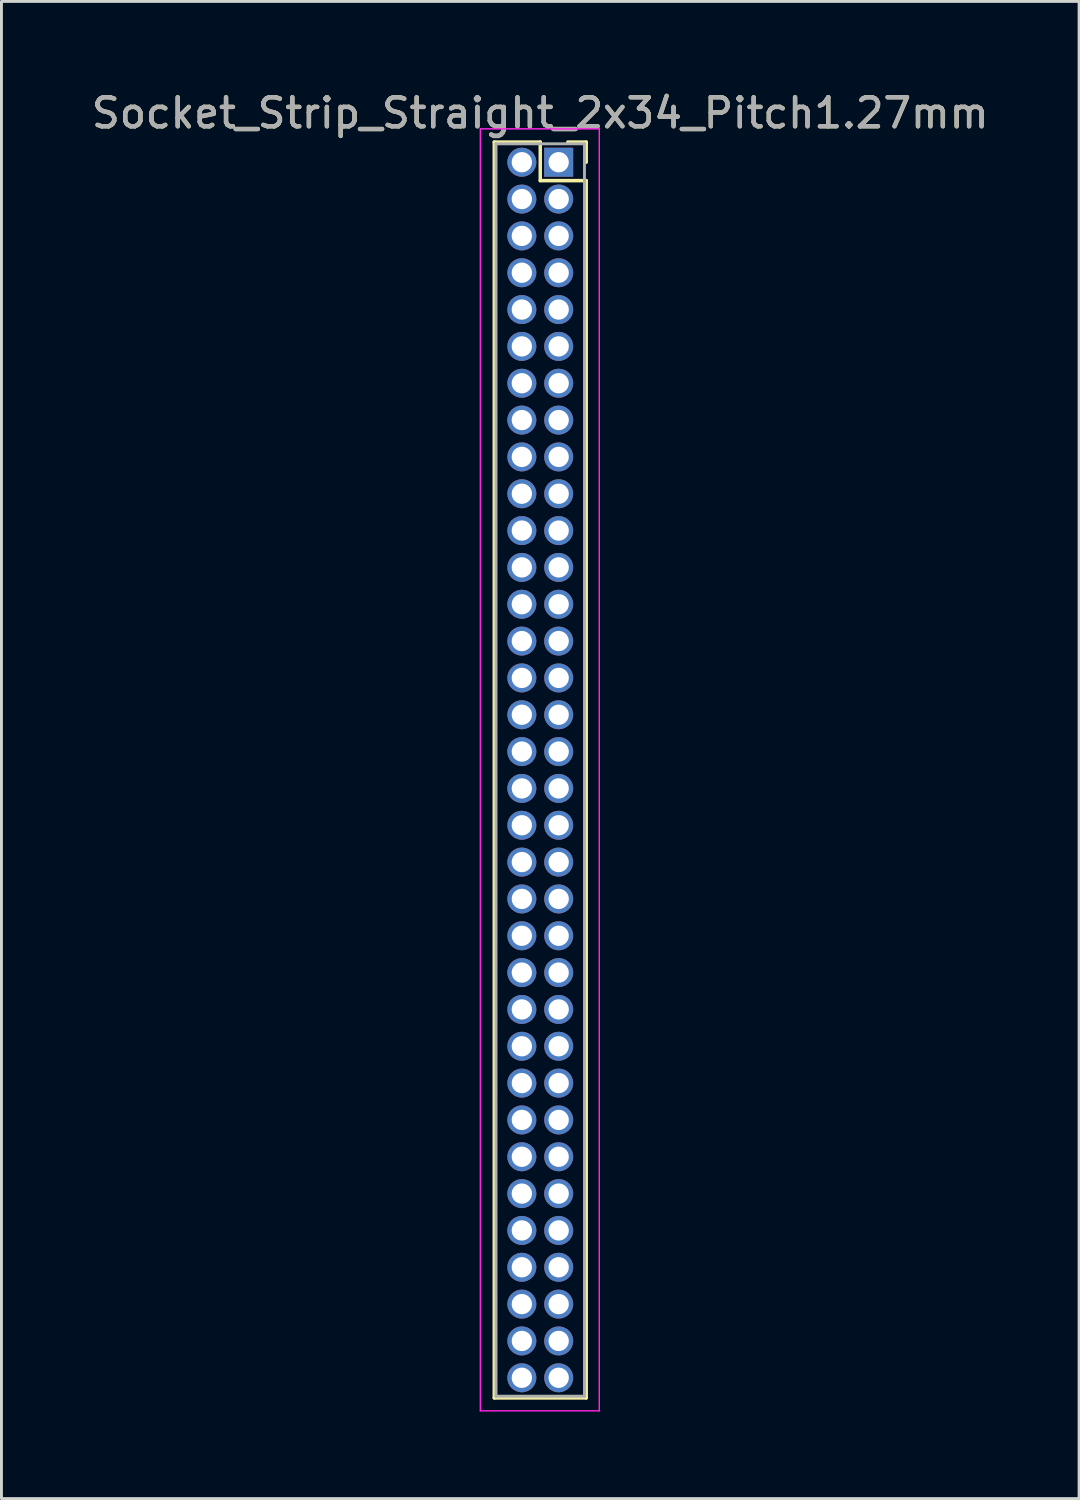
<source format=kicad_pcb>
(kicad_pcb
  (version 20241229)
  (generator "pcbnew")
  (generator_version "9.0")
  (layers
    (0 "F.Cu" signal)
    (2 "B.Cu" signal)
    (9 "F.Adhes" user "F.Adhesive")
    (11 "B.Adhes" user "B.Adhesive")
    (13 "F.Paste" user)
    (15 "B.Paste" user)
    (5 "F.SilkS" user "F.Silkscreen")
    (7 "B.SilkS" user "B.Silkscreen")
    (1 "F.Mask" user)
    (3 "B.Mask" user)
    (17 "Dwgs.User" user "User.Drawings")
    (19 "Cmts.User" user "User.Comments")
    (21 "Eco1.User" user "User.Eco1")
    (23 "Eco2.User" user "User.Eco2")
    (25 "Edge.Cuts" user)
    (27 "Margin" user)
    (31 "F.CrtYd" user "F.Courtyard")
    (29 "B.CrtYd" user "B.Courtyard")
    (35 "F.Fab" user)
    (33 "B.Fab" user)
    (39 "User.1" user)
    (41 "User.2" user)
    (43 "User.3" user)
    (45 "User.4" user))
  (footprint "Socket_Strip_Straight_2x34_Pitch1.27mm"
    (layer "F.Cu")
    (at 16.212 2.543)
    (property "Reference" "Socket_Strip_Straight_2x34_Pitch1.27mm" (at -0.635 -1.695 0) (layer "F.SilkS") (effects (font (size 1 1) (thickness 0.15))))
    (attr through_hole)
    (fp_line (start -2.22 -0.695) (end -0.635 -0.695) (stroke (width 0.12) (type solid)) (layer "F.SilkS"))
    (fp_line (start -2.22 42.605) (end -2.22 -0.695) (stroke (width 0.12) (type solid)) (layer "F.SilkS"))
    (fp_line (start -0.635 -0.695) (end -0.635 0.635) (stroke (width 0.12) (type solid)) (layer "F.SilkS"))
    (fp_line (start -0.635 0.635) (end 0.95 0.635) (stroke (width 0.12) (type solid)) (layer "F.SilkS"))
    (fp_line (start 0.95 -0.695) (end 0.315 -0.695) (stroke (width 0.12) (type solid)) (layer "F.SilkS"))
    (fp_line (start 0.95 0) (end 0.95 -0.695) (stroke (width 0.12) (type solid)) (layer "F.SilkS"))
    (fp_line (start 0.95 0.635) (end 0.95 42.605) (stroke (width 0.12) (type solid)) (layer "F.SilkS"))
    (fp_line (start 0.95 42.605) (end -2.22 42.605) (stroke (width 0.12) (type solid)) (layer "F.SilkS"))
    (fp_line (start -2.7 -1.15) (end -2.7 43.05) (stroke (width 0.05) (type solid)) (layer "F.CrtYd"))
    (fp_line (start -2.7 43.05) (end 1.4 43.05) (stroke (width 0.05) (type solid)) (layer "F.CrtYd"))
    (fp_line (start 1.4 -1.15) (end -2.7 -1.15) (stroke (width 0.05) (type solid)) (layer "F.CrtYd"))
    (fp_line (start 1.4 43.05) (end 1.4 -1.15) (stroke (width 0.05) (type solid)) (layer "F.CrtYd"))
    (fp_line (start -2.16 -0.635) (end -2.16 42.545) (stroke (width 0.1) (type solid)) (layer "F.Fab"))
    (fp_line (start -2.16 42.545) (end 0.89 42.545) (stroke (width 0.1) (type solid)) (layer "F.Fab"))
    (fp_line (start 0.89 -0.635) (end -2.16 -0.635) (stroke (width 0.1) (type solid)) (layer "F.Fab"))
    (fp_line (start 0.89 42.545) (end 0.89 -0.635) (stroke (width 0.1) (type solid)) (layer "F.Fab"))
    (fp_text user "${REFERENCE}" (at -0.635 -1.695 0) (layer "F.Fab") (effects (font (size 1 1) (thickness 0.15))))
    (pad "1" thru_hole rect (at 0 0) (size 1 1) (drill 0.7) (layers "*.Cu" "*.Mask"))
    (pad "2" thru_hole oval (at -1.27 0) (size 1 1) (drill 0.7) (layers "*.Cu" "*.Mask"))
    (pad "3" thru_hole oval (at 0 1.27) (size 1 1) (drill 0.7) (layers "*.Cu" "*.Mask"))
    (pad "4" thru_hole oval (at -1.27 1.27) (size 1 1) (drill 0.7) (layers "*.Cu" "*.Mask"))
    (pad "5" thru_hole oval (at 0 2.54) (size 1 1) (drill 0.7) (layers "*.Cu" "*.Mask"))
    (pad "6" thru_hole oval (at -1.27 2.54) (size 1 1) (drill 0.7) (layers "*.Cu" "*.Mask"))
    (pad "7" thru_hole oval (at 0 3.81) (size 1 1) (drill 0.7) (layers "*.Cu" "*.Mask"))
    (pad "8" thru_hole oval (at -1.27 3.81) (size 1 1) (drill 0.7) (layers "*.Cu" "*.Mask"))
    (pad "9" thru_hole oval (at 0 5.08) (size 1 1) (drill 0.7) (layers "*.Cu" "*.Mask"))
    (pad "10" thru_hole oval (at -1.27 5.08) (size 1 1) (drill 0.7) (layers "*.Cu" "*.Mask"))
    (pad "11" thru_hole oval (at 0 6.35) (size 1 1) (drill 0.7) (layers "*.Cu" "*.Mask"))
    (pad "12" thru_hole oval (at -1.27 6.35) (size 1 1) (drill 0.7) (layers "*.Cu" "*.Mask"))
    (pad "13" thru_hole oval (at 0 7.62) (size 1 1) (drill 0.7) (layers "*.Cu" "*.Mask"))
    (pad "14" thru_hole oval (at -1.27 7.62) (size 1 1) (drill 0.7) (layers "*.Cu" "*.Mask"))
    (pad "15" thru_hole oval (at 0 8.89) (size 1 1) (drill 0.7) (layers "*.Cu" "*.Mask"))
    (pad "16" thru_hole oval (at -1.27 8.89) (size 1 1) (drill 0.7) (layers "*.Cu" "*.Mask"))
    (pad "17" thru_hole oval (at 0 10.16) (size 1 1) (drill 0.7) (layers "*.Cu" "*.Mask"))
    (pad "18" thru_hole oval (at -1.27 10.16) (size 1 1) (drill 0.7) (layers "*.Cu" "*.Mask"))
    (pad "19" thru_hole oval (at 0 11.43) (size 1 1) (drill 0.7) (layers "*.Cu" "*.Mask"))
    (pad "20" thru_hole oval (at -1.27 11.43) (size 1 1) (drill 0.7) (layers "*.Cu" "*.Mask"))
    (pad "21" thru_hole oval (at 0 12.7) (size 1 1) (drill 0.7) (layers "*.Cu" "*.Mask"))
    (pad "22" thru_hole oval (at -1.27 12.7) (size 1 1) (drill 0.7) (layers "*.Cu" "*.Mask"))
    (pad "23" thru_hole oval (at 0 13.97) (size 1 1) (drill 0.7) (layers "*.Cu" "*.Mask"))
    (pad "24" thru_hole oval (at -1.27 13.97) (size 1 1) (drill 0.7) (layers "*.Cu" "*.Mask"))
    (pad "25" thru_hole oval (at 0 15.24) (size 1 1) (drill 0.7) (layers "*.Cu" "*.Mask"))
    (pad "26" thru_hole oval (at -1.27 15.24) (size 1 1) (drill 0.7) (layers "*.Cu" "*.Mask"))
    (pad "27" thru_hole oval (at 0 16.51) (size 1 1) (drill 0.7) (layers "*.Cu" "*.Mask"))
    (pad "28" thru_hole oval (at -1.27 16.51) (size 1 1) (drill 0.7) (layers "*.Cu" "*.Mask"))
    (pad "29" thru_hole oval (at 0 17.78) (size 1 1) (drill 0.7) (layers "*.Cu" "*.Mask"))
    (pad "30" thru_hole oval (at -1.27 17.78) (size 1 1) (drill 0.7) (layers "*.Cu" "*.Mask"))
    (pad "31" thru_hole oval (at 0 19.05) (size 1 1) (drill 0.7) (layers "*.Cu" "*.Mask"))
    (pad "32" thru_hole oval (at -1.27 19.05) (size 1 1) (drill 0.7) (layers "*.Cu" "*.Mask"))
    (pad "33" thru_hole oval (at 0 20.32) (size 1 1) (drill 0.7) (layers "*.Cu" "*.Mask"))
    (pad "34" thru_hole oval (at -1.27 20.32) (size 1 1) (drill 0.7) (layers "*.Cu" "*.Mask"))
    (pad "35" thru_hole oval (at 0 21.59) (size 1 1) (drill 0.7) (layers "*.Cu" "*.Mask"))
    (pad "36" thru_hole oval (at -1.27 21.59) (size 1 1) (drill 0.7) (layers "*.Cu" "*.Mask"))
    (pad "37" thru_hole oval (at 0 22.86) (size 1 1) (drill 0.7) (layers "*.Cu" "*.Mask"))
    (pad "38" thru_hole oval (at -1.27 22.86) (size 1 1) (drill 0.7) (layers "*.Cu" "*.Mask"))
    (pad "39" thru_hole oval (at 0 24.13) (size 1 1) (drill 0.7) (layers "*.Cu" "*.Mask"))
    (pad "40" thru_hole oval (at -1.27 24.13) (size 1 1) (drill 0.7) (layers "*.Cu" "*.Mask"))
    (pad "41" thru_hole oval (at 0 25.4) (size 1 1) (drill 0.7) (layers "*.Cu" "*.Mask"))
    (pad "42" thru_hole oval (at -1.27 25.4) (size 1 1) (drill 0.7) (layers "*.Cu" "*.Mask"))
    (pad "43" thru_hole oval (at 0 26.67) (size 1 1) (drill 0.7) (layers "*.Cu" "*.Mask"))
    (pad "44" thru_hole oval (at -1.27 26.67) (size 1 1) (drill 0.7) (layers "*.Cu" "*.Mask"))
    (pad "45" thru_hole oval (at 0 27.94) (size 1 1) (drill 0.7) (layers "*.Cu" "*.Mask"))
    (pad "46" thru_hole oval (at -1.27 27.94) (size 1 1) (drill 0.7) (layers "*.Cu" "*.Mask"))
    (pad "47" thru_hole oval (at 0 29.21) (size 1 1) (drill 0.7) (layers "*.Cu" "*.Mask"))
    (pad "48" thru_hole oval (at -1.27 29.21) (size 1 1) (drill 0.7) (layers "*.Cu" "*.Mask"))
    (pad "49" thru_hole oval (at 0 30.48) (size 1 1) (drill 0.7) (layers "*.Cu" "*.Mask"))
    (pad "50" thru_hole oval (at -1.27 30.48) (size 1 1) (drill 0.7) (layers "*.Cu" "*.Mask"))
    (pad "51" thru_hole oval (at 0 31.75) (size 1 1) (drill 0.7) (layers "*.Cu" "*.Mask"))
    (pad "52" thru_hole oval (at -1.27 31.75) (size 1 1) (drill 0.7) (layers "*.Cu" "*.Mask"))
    (pad "53" thru_hole oval (at 0 33.02) (size 1 1) (drill 0.7) (layers "*.Cu" "*.Mask"))
    (pad "54" thru_hole oval (at -1.27 33.02) (size 1 1) (drill 0.7) (layers "*.Cu" "*.Mask"))
    (pad "55" thru_hole oval (at 0 34.29) (size 1 1) (drill 0.7) (layers "*.Cu" "*.Mask"))
    (pad "56" thru_hole oval (at -1.27 34.29) (size 1 1) (drill 0.7) (layers "*.Cu" "*.Mask"))
    (pad "57" thru_hole oval (at 0 35.56) (size 1 1) (drill 0.7) (layers "*.Cu" "*.Mask"))
    (pad "58" thru_hole oval (at -1.27 35.56) (size 1 1) (drill 0.7) (layers "*.Cu" "*.Mask"))
    (pad "59" thru_hole oval (at 0 36.83) (size 1 1) (drill 0.7) (layers "*.Cu" "*.Mask"))
    (pad "60" thru_hole oval (at -1.27 36.83) (size 1 1) (drill 0.7) (layers "*.Cu" "*.Mask"))
    (pad "61" thru_hole oval (at 0 38.1) (size 1 1) (drill 0.7) (layers "*.Cu" "*.Mask"))
    (pad "62" thru_hole oval (at -1.27 38.1) (size 1 1) (drill 0.7) (layers "*.Cu" "*.Mask"))
    (pad "63" thru_hole oval (at 0 39.37) (size 1 1) (drill 0.7) (layers "*.Cu" "*.Mask"))
    (pad "64" thru_hole oval (at -1.27 39.37) (size 1 1) (drill 0.7) (layers "*.Cu" "*.Mask"))
    (pad "65" thru_hole oval (at 0 40.64) (size 1 1) (drill 0.7) (layers "*.Cu" "*.Mask"))
    (pad "66" thru_hole oval (at -1.27 40.64) (size 1 1) (drill 0.7) (layers "*.Cu" "*.Mask"))
    (pad "67" thru_hole oval (at 0 41.91) (size 1 1) (drill 0.7) (layers "*.Cu" "*.Mask"))
    (pad "68" thru_hole oval (at -1.27 41.91) (size 1 1) (drill 0.7) (layers "*.Cu" "*.Mask")))
  (gr_rect
    (start -3 -3)
    (end 34.155 48.618)
    (stroke (width 0.1) (type default))
    (fill no)
    (layer "Edge.Cuts")))
</source>
